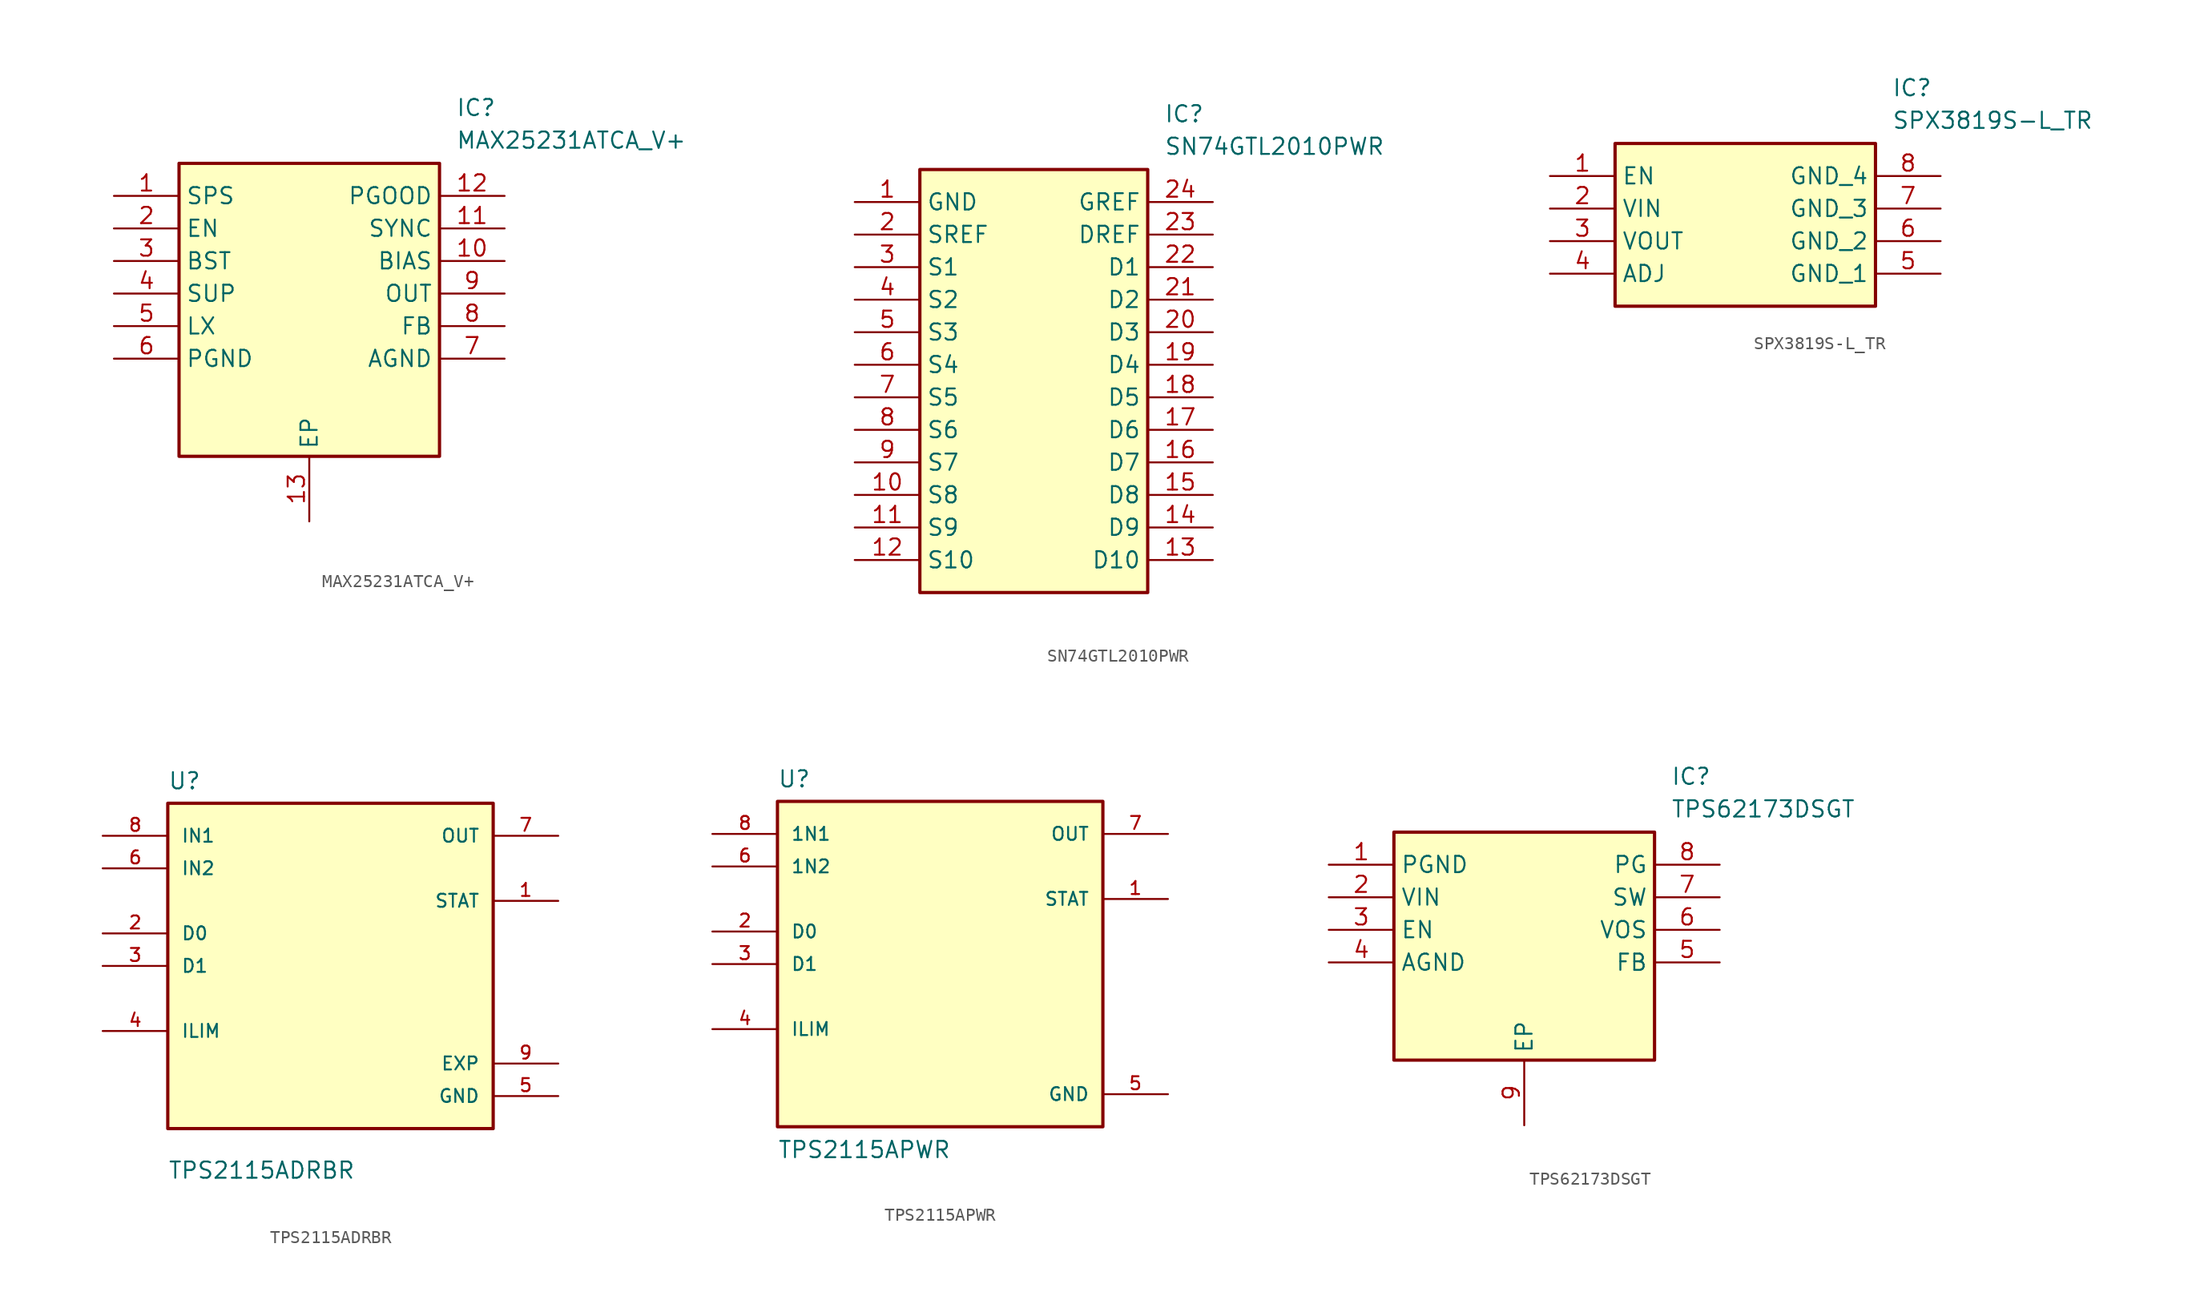
<source format=kicad_sym>
(kicad_symbol_lib
  (version 20241209)
  (generator "kicad_symbol_editor")
  (generator_version "9.0")
  (symbol "MAX25231ATCA_V+"
    (property "Reference" "IC"
      (at 26.67 7.62 0)
      (effects (font (size 1.27 1.27)) (justify left top)))
    (property "Value" "MAX25231ATCA_V+"
      (at 26.67 5.08 0)
      (effects (font (size 1.27 1.27)) (justify left top)))
    (symbol "MAX25231ATCA_V+_1_1"
      (rectangle (start 5.08 2.54) (end 25.4 -20.32) (stroke (width 0.254) (type default)) (fill (type background)))
      (pin passive line (at 0 0 0) (length 5.08) (name "SPS" (effects (font (size 1.27 1.27)))) (number "1" (effects (font (size 1.27 1.27)))))
      (pin passive line (at 0 -2.54 0) (length 5.08) (name "EN" (effects (font (size 1.27 1.27)))) (number "2" (effects (font (size 1.27 1.27)))))
      (pin passive line (at 0 -5.08 0) (length 5.08) (name "BST" (effects (font (size 1.27 1.27)))) (number "3" (effects (font (size 1.27 1.27)))))
      (pin passive line (at 0 -7.62 0) (length 5.08) (name "SUP" (effects (font (size 1.27 1.27)))) (number "4" (effects (font (size 1.27 1.27)))))
      (pin passive line (at 0 -10.16 0) (length 5.08) (name "LX" (effects (font (size 1.27 1.27)))) (number "5" (effects (font (size 1.27 1.27)))))
      (pin passive line (at 0 -12.7 0) (length 5.08) (name "PGND" (effects (font (size 1.27 1.27)))) (number "6" (effects (font (size 1.27 1.27)))))
      (pin passive line (at 15.24 -25.4 90) (length 5.08) (name "EP" (effects (font (size 1.27 1.27)))) (number "13" (effects (font (size 1.27 1.27)))))
      (pin passive line (at 30.48 0 180) (length 5.08) (name "PGOOD" (effects (font (size 1.27 1.27)))) (number "12" (effects (font (size 1.27 1.27)))))
      (pin passive line (at 30.48 -2.54 180) (length 5.08) (name "SYNC" (effects (font (size 1.27 1.27)))) (number "11" (effects (font (size 1.27 1.27)))))
      (pin passive line (at 30.48 -5.08 180) (length 5.08) (name "BIAS" (effects (font (size 1.27 1.27)))) (number "10" (effects (font (size 1.27 1.27)))))
      (pin passive line (at 30.48 -7.62 180) (length 5.08) (name "OUT" (effects (font (size 1.27 1.27)))) (number "9" (effects (font (size 1.27 1.27)))))
      (pin passive line (at 30.48 -10.16 180) (length 5.08) (name "FB" (effects (font (size 1.27 1.27)))) (number "8" (effects (font (size 1.27 1.27)))))
      (pin passive line (at 30.48 -12.7 180) (length 5.08) (name "AGND" (effects (font (size 1.27 1.27)))) (number "7" (effects (font (size 1.27 1.27)))))))
  (symbol "SN74GTL2010PWR"
    (property "Reference" "IC"
      (at 24.13 7.62 0)
      (effects (font (size 1.27 1.27)) (justify left top)))
    (property "Value" "SN74GTL2010PWR"
      (at 24.13 5.08 0)
      (effects (font (size 1.27 1.27)) (justify left top)))
    (symbol "SN74GTL2010PWR_1_1"
      (rectangle (start 5.08 2.54) (end 22.86 -30.48) (stroke (width 0.254) (type default)) (fill (type background)))
      (pin passive line (at 0 0 0) (length 5.08) (name "GND" (effects (font (size 1.27 1.27)))) (number "1" (effects (font (size 1.27 1.27)))))
      (pin passive line (at 0 -2.54 0) (length 5.08) (name "SREF" (effects (font (size 1.27 1.27)))) (number "2" (effects (font (size 1.27 1.27)))))
      (pin passive line (at 0 -5.08 0) (length 5.08) (name "S1" (effects (font (size 1.27 1.27)))) (number "3" (effects (font (size 1.27 1.27)))))
      (pin passive line (at 0 -7.62 0) (length 5.08) (name "S2" (effects (font (size 1.27 1.27)))) (number "4" (effects (font (size 1.27 1.27)))))
      (pin passive line (at 0 -10.16 0) (length 5.08) (name "S3" (effects (font (size 1.27 1.27)))) (number "5" (effects (font (size 1.27 1.27)))))
      (pin passive line (at 0 -12.7 0) (length 5.08) (name "S4" (effects (font (size 1.27 1.27)))) (number "6" (effects (font (size 1.27 1.27)))))
      (pin passive line (at 0 -15.24 0) (length 5.08) (name "S5" (effects (font (size 1.27 1.27)))) (number "7" (effects (font (size 1.27 1.27)))))
      (pin passive line (at 0 -17.78 0) (length 5.08) (name "S6" (effects (font (size 1.27 1.27)))) (number "8" (effects (font (size 1.27 1.27)))))
      (pin passive line (at 0 -20.32 0) (length 5.08) (name "S7" (effects (font (size 1.27 1.27)))) (number "9" (effects (font (size 1.27 1.27)))))
      (pin passive line (at 0 -22.86 0) (length 5.08) (name "S8" (effects (font (size 1.27 1.27)))) (number "10" (effects (font (size 1.27 1.27)))))
      (pin passive line (at 0 -25.4 0) (length 5.08) (name "S9" (effects (font (size 1.27 1.27)))) (number "11" (effects (font (size 1.27 1.27)))))
      (pin passive line (at 0 -27.94 0) (length 5.08) (name "S10" (effects (font (size 1.27 1.27)))) (number "12" (effects (font (size 1.27 1.27)))))
      (pin passive line (at 27.94 0 180) (length 5.08) (name "GREF" (effects (font (size 1.27 1.27)))) (number "24" (effects (font (size 1.27 1.27)))))
      (pin passive line (at 27.94 -2.54 180) (length 5.08) (name "DREF" (effects (font (size 1.27 1.27)))) (number "23" (effects (font (size 1.27 1.27)))))
      (pin passive line (at 27.94 -5.08 180) (length 5.08) (name "D1" (effects (font (size 1.27 1.27)))) (number "22" (effects (font (size 1.27 1.27)))))
      (pin passive line (at 27.94 -7.62 180) (length 5.08) (name "D2" (effects (font (size 1.27 1.27)))) (number "21" (effects (font (size 1.27 1.27)))))
      (pin passive line (at 27.94 -10.16 180) (length 5.08) (name "D3" (effects (font (size 1.27 1.27)))) (number "20" (effects (font (size 1.27 1.27)))))
      (pin passive line (at 27.94 -12.7 180) (length 5.08) (name "D4" (effects (font (size 1.27 1.27)))) (number "19" (effects (font (size 1.27 1.27)))))
      (pin passive line (at 27.94 -15.24 180) (length 5.08) (name "D5" (effects (font (size 1.27 1.27)))) (number "18" (effects (font (size 1.27 1.27)))))
      (pin passive line (at 27.94 -17.78 180) (length 5.08) (name "D6" (effects (font (size 1.27 1.27)))) (number "17" (effects (font (size 1.27 1.27)))))
      (pin passive line (at 27.94 -20.32 180) (length 5.08) (name "D7" (effects (font (size 1.27 1.27)))) (number "16" (effects (font (size 1.27 1.27)))))
      (pin passive line (at 27.94 -22.86 180) (length 5.08) (name "D8" (effects (font (size 1.27 1.27)))) (number "15" (effects (font (size 1.27 1.27)))))
      (pin passive line (at 27.94 -25.4 180) (length 5.08) (name "D9" (effects (font (size 1.27 1.27)))) (number "14" (effects (font (size 1.27 1.27)))))
      (pin passive line (at 27.94 -27.94 180) (length 5.08) (name "D10" (effects (font (size 1.27 1.27)))) (number "13" (effects (font (size 1.27 1.27)))))))
  (symbol "SPX3819S-L_TR"
    (property "Reference" "IC"
      (at 26.67 7.62 0)
      (effects (font (size 1.27 1.27)) (justify left top)))
    (property "Value" "SPX3819S-L_TR"
      (at 26.67 5.08 0)
      (effects (font (size 1.27 1.27)) (justify left top)))
    (symbol "SPX3819S-L_TR_1_1"
      (rectangle (start 5.08 2.54) (end 25.4 -10.16) (stroke (width 0.254) (type default)) (fill (type background)))
      (pin passive line (at 0 0 0) (length 5.08) (name "EN" (effects (font (size 1.27 1.27)))) (number "1" (effects (font (size 1.27 1.27)))))
      (pin passive line (at 0 -2.54 0) (length 5.08) (name "VIN" (effects (font (size 1.27 1.27)))) (number "2" (effects (font (size 1.27 1.27)))))
      (pin passive line (at 0 -5.08 0) (length 5.08) (name "VOUT" (effects (font (size 1.27 1.27)))) (number "3" (effects (font (size 1.27 1.27)))))
      (pin passive line (at 0 -7.62 0) (length 5.08) (name "ADJ" (effects (font (size 1.27 1.27)))) (number "4" (effects (font (size 1.27 1.27)))))
      (pin passive line (at 30.48 0 180) (length 5.08) (name "GND_4" (effects (font (size 1.27 1.27)))) (number "8" (effects (font (size 1.27 1.27)))))
      (pin passive line (at 30.48 -2.54 180) (length 5.08) (name "GND_3" (effects (font (size 1.27 1.27)))) (number "7" (effects (font (size 1.27 1.27)))))
      (pin passive line (at 30.48 -5.08 180) (length 5.08) (name "GND_2" (effects (font (size 1.27 1.27)))) (number "6" (effects (font (size 1.27 1.27)))))
      (pin passive line (at 30.48 -7.62 180) (length 5.08) (name "GND_1" (effects (font (size 1.27 1.27)))) (number "5" (effects (font (size 1.27 1.27)))))))
  (symbol "TPS2115ADRBR"
    (pin_names
      (offset 1.016))
    (property "Reference" "U"
      (at -12.7 13.7 0)
      (effects (font (size 1.27 1.27)) (justify left bottom)))
    (property "Value" "TPS2115ADRBR"
      (at -12.7 -16.7 0)
      (effects (font (size 1.27 1.27)) (justify left bottom)))
    (symbol "TPS2115ADRBR_0_0"
      (rectangle (start -12.7 -12.7) (end 12.7 12.7) (stroke (width 0.254) (type default)) (fill (type background)))
      (pin input line (at -17.78 10.16 0) (length 5.08) (name "IN1" (effects (font (size 1.016 1.016)))) (number "8" (effects (font (size 1.016 1.016)))))
      (pin input line (at -17.78 7.62 0) (length 5.08) (name "IN2" (effects (font (size 1.016 1.016)))) (number "6" (effects (font (size 1.016 1.016)))))
      (pin input line (at -17.78 2.54 0) (length 5.08) (name "D0" (effects (font (size 1.016 1.016)))) (number "2" (effects (font (size 1.016 1.016)))))
      (pin input line (at -17.78 0 0) (length 5.08) (name "D1" (effects (font (size 1.016 1.016)))) (number "3" (effects (font (size 1.016 1.016)))))
      (pin input line (at -17.78 -5.08 0) (length 5.08) (name "ILIM" (effects (font (size 1.016 1.016)))) (number "4" (effects (font (size 1.016 1.016)))))
      (pin output line (at 17.78 10.16 180) (length 5.08) (name "OUT" (effects (font (size 1.016 1.016)))) (number "7" (effects (font (size 1.016 1.016)))))
      (pin output line (at 17.78 5.08 180) (length 5.08) (name "STAT" (effects (font (size 1.016 1.016)))) (number "1" (effects (font (size 1.016 1.016)))))
      (pin power_in line (at 17.78 -7.62 180) (length 5.08) (name "EXP" (effects (font (size 1.016 1.016)))) (number "9" (effects (font (size 1.016 1.016)))))
      (pin power_in line (at 17.78 -10.16 180) (length 5.08) (name "GND" (effects (font (size 1.016 1.016)))) (number "5" (effects (font (size 1.016 1.016)))))))
  (symbol "TPS2115APWR"
    (pin_names
      (offset 1.016))
    (property "Reference" "U"
      (at -12.7 13.7 0)
      (effects (font (size 1.27 1.27)) (justify left bottom)))
    (property "Value" "TPS2115APWR"
      (at -12.7 -15.24 0)
      (effects (font (size 1.27 1.27)) (justify left bottom)))
    (symbol "TPS2115APWR_0_0"
      (rectangle (start -12.7 -12.7) (end 12.7 12.7) (stroke (width 0.254) (type default)) (fill (type background)))
      (pin input line (at -17.78 10.16 0) (length 5.08) (name "1N1" (effects (font (size 1.016 1.016)))) (number "8" (effects (font (size 1.016 1.016)))))
      (pin input line (at -17.78 7.62 0) (length 5.08) (name "1N2" (effects (font (size 1.016 1.016)))) (number "6" (effects (font (size 1.016 1.016)))))
      (pin input line (at -17.78 2.54 0) (length 5.08) (name "D0" (effects (font (size 1.016 1.016)))) (number "2" (effects (font (size 1.016 1.016)))))
      (pin input line (at -17.78 0 0) (length 5.08) (name "D1" (effects (font (size 1.016 1.016)))) (number "3" (effects (font (size 1.016 1.016)))))
      (pin passive line (at -17.78 -5.08 0) (length 5.08) (name "ILIM" (effects (font (size 1.016 1.016)))) (number "4" (effects (font (size 1.016 1.016)))))
      (pin output line (at 17.78 10.16 180) (length 5.08) (name "OUT" (effects (font (size 1.016 1.016)))) (number "7" (effects (font (size 1.016 1.016)))))
      (pin output line (at 17.78 5.08 180) (length 5.08) (name "STAT" (effects (font (size 1.016 1.016)))) (number "1" (effects (font (size 1.016 1.016)))))
      (pin power_in line (at 17.78 -10.16 180) (length 5.08) (name "GND" (effects (font (size 1.016 1.016)))) (number "5" (effects (font (size 1.016 1.016)))))))
  (symbol "TPS62173DSGT"
    (property "Reference" "IC"
      (at 26.67 7.62 0)
      (effects (font (size 1.27 1.27)) (justify left top)))
    (property "Value" "TPS62173DSGT"
      (at 26.67 5.08 0)
      (effects (font (size 1.27 1.27)) (justify left top)))
    (symbol "TPS62173DSGT_1_1"
      (rectangle (start 5.08 2.54) (end 25.4 -15.24) (stroke (width 0.254) (type default)) (fill (type background)))
      (pin passive line (at 0 0 0) (length 5.08) (name "PGND" (effects (font (size 1.27 1.27)))) (number "1" (effects (font (size 1.27 1.27)))))
      (pin passive line (at 0 -2.54 0) (length 5.08) (name "VIN" (effects (font (size 1.27 1.27)))) (number "2" (effects (font (size 1.27 1.27)))))
      (pin passive line (at 0 -5.08 0) (length 5.08) (name "EN" (effects (font (size 1.27 1.27)))) (number "3" (effects (font (size 1.27 1.27)))))
      (pin passive line (at 0 -7.62 0) (length 5.08) (name "AGND" (effects (font (size 1.27 1.27)))) (number "4" (effects (font (size 1.27 1.27)))))
      (pin passive line (at 15.24 -20.32 90) (length 5.08) (name "EP" (effects (font (size 1.27 1.27)))) (number "9" (effects (font (size 1.27 1.27)))))
      (pin passive line (at 30.48 0 180) (length 5.08) (name "PG" (effects (font (size 1.27 1.27)))) (number "8" (effects (font (size 1.27 1.27)))))
      (pin passive line (at 30.48 -2.54 180) (length 5.08) (name "SW" (effects (font (size 1.27 1.27)))) (number "7" (effects (font (size 1.27 1.27)))))
      (pin passive line (at 30.48 -5.08 180) (length 5.08) (name "VOS" (effects (font (size 1.27 1.27)))) (number "6" (effects (font (size 1.27 1.27)))))
      (pin passive line (at 30.48 -7.62 180) (length 5.08) (name "FB" (effects (font (size 1.27 1.27)))) (number "5" (effects (font (size 1.27 1.27))))))))
</source>
